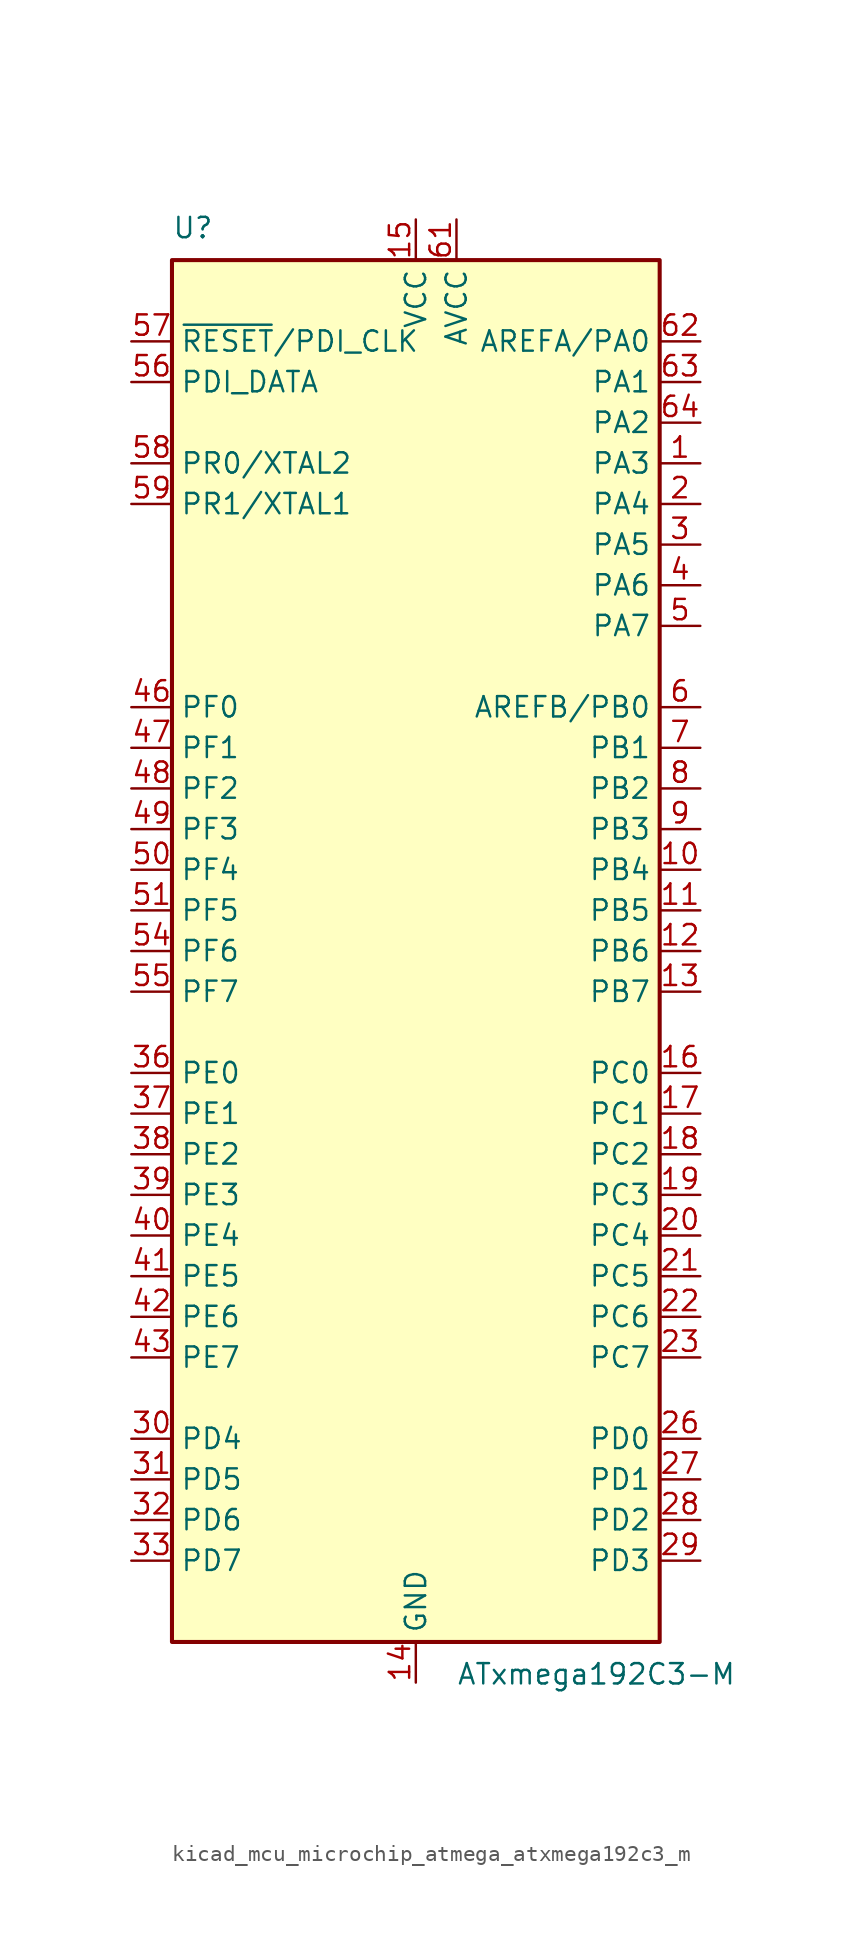
<source format=kicad_sym>
(kicad_symbol_lib
  (version 20220914)
  (generator kicad_symbol_editor)
  (symbol "kicad_mcu_microchip_atmega_atxmega192c3_m"
    (property "Reference" "U"
      (at -15.24 44.45 0)
      (effects (font (size 1.27 1.27)) (justify left bottom)))
    (property "Value" "ATxmega192C3-M"
      (at 2.54 -44.45 0)
      (effects (font (size 1.27 1.27)) (justify left top)))
    (symbol "kicad_mcu_microchip_atmega_atxmega192c3_m_0_1"
      (rectangle (start -15.24 -43.18) (end 15.24 43.18) (stroke (width 0.254) (type default)) (fill (type background))))
    (symbol "kicad_mcu_microchip_atmega_atxmega192c3_m_1_1"
      (pin bidirectional line (at 17.78 30.48 180) (length 2.54) (name "PA3" (effects (font (size 1.27 1.27)))) (number "1" (effects (font (size 1.27 1.27)))))
      (pin bidirectional line (at 17.78 5.08 180) (length 2.54) (name "PB4" (effects (font (size 1.27 1.27)))) (number "10" (effects (font (size 1.27 1.27)))))
      (pin bidirectional line (at 17.78 2.54 180) (length 2.54) (name "PB5" (effects (font (size 1.27 1.27)))) (number "11" (effects (font (size 1.27 1.27)))))
      (pin bidirectional line (at 17.78 0 180) (length 2.54) (name "PB6" (effects (font (size 1.27 1.27)))) (number "12" (effects (font (size 1.27 1.27)))))
      (pin bidirectional line (at 17.78 -2.54 180) (length 2.54) (name "PB7" (effects (font (size 1.27 1.27)))) (number "13" (effects (font (size 1.27 1.27)))))
      (pin power_in line (at 0 -45.72 90) (length 2.54) (name "GND" (effects (font (size 1.27 1.27)))) (number "14" (effects (font (size 1.27 1.27)))))
      (pin power_in line (at 0 45.72 270) (length 2.54) (name "VCC" (effects (font (size 1.27 1.27)))) (number "15" (effects (font (size 1.27 1.27)))))
      (pin bidirectional line (at 17.78 -7.62 180) (length 2.54) (name "PC0" (effects (font (size 1.27 1.27)))) (number "16" (effects (font (size 1.27 1.27)))))
      (pin bidirectional line (at 17.78 -10.16 180) (length 2.54) (name "PC1" (effects (font (size 1.27 1.27)))) (number "17" (effects (font (size 1.27 1.27)))))
      (pin bidirectional line (at 17.78 -12.7 180) (length 2.54) (name "PC2" (effects (font (size 1.27 1.27)))) (number "18" (effects (font (size 1.27 1.27)))))
      (pin bidirectional line (at 17.78 -15.24 180) (length 2.54) (name "PC3" (effects (font (size 1.27 1.27)))) (number "19" (effects (font (size 1.27 1.27)))))
      (pin bidirectional line (at 17.78 27.94 180) (length 2.54) (name "PA4" (effects (font (size 1.27 1.27)))) (number "2" (effects (font (size 1.27 1.27)))))
      (pin bidirectional line (at 17.78 -17.78 180) (length 2.54) (name "PC4" (effects (font (size 1.27 1.27)))) (number "20" (effects (font (size 1.27 1.27)))))
      (pin bidirectional line (at 17.78 -20.32 180) (length 2.54) (name "PC5" (effects (font (size 1.27 1.27)))) (number "21" (effects (font (size 1.27 1.27)))))
      (pin bidirectional line (at 17.78 -22.86 180) (length 2.54) (name "PC6" (effects (font (size 1.27 1.27)))) (number "22" (effects (font (size 1.27 1.27)))))
      (pin bidirectional line (at 17.78 -25.4 180) (length 2.54) (name "PC7" (effects (font (size 1.27 1.27)))) (number "23" (effects (font (size 1.27 1.27)))))
      (pin passive line (at 0 -45.72 90) (length 2.54) hide (name "GND" (effects (font (size 1.27 1.27)))) (number "24" (effects (font (size 1.27 1.27)))))
      (pin passive line (at 0 45.72 270) (length 2.54) hide (name "VCC" (effects (font (size 1.27 1.27)))) (number "25" (effects (font (size 1.27 1.27)))))
      (pin bidirectional line (at 17.78 -30.48 180) (length 2.54) (name "PD0" (effects (font (size 1.27 1.27)))) (number "26" (effects (font (size 1.27 1.27)))))
      (pin bidirectional line (at 17.78 -33.02 180) (length 2.54) (name "PD1" (effects (font (size 1.27 1.27)))) (number "27" (effects (font (size 1.27 1.27)))))
      (pin bidirectional line (at 17.78 -35.56 180) (length 2.54) (name "PD2" (effects (font (size 1.27 1.27)))) (number "28" (effects (font (size 1.27 1.27)))))
      (pin bidirectional line (at 17.78 -38.1 180) (length 2.54) (name "PD3" (effects (font (size 1.27 1.27)))) (number "29" (effects (font (size 1.27 1.27)))))
      (pin bidirectional line (at 17.78 25.4 180) (length 2.54) (name "PA5" (effects (font (size 1.27 1.27)))) (number "3" (effects (font (size 1.27 1.27)))))
      (pin bidirectional line (at -17.78 -30.48 0) (length 2.54) (name "PD4" (effects (font (size 1.27 1.27)))) (number "30" (effects (font (size 1.27 1.27)))))
      (pin bidirectional line (at -17.78 -33.02 0) (length 2.54) (name "PD5" (effects (font (size 1.27 1.27)))) (number "31" (effects (font (size 1.27 1.27)))))
      (pin bidirectional line (at -17.78 -35.56 0) (length 2.54) (name "PD6" (effects (font (size 1.27 1.27)))) (number "32" (effects (font (size 1.27 1.27)))))
      (pin bidirectional line (at -17.78 -38.1 0) (length 2.54) (name "PD7" (effects (font (size 1.27 1.27)))) (number "33" (effects (font (size 1.27 1.27)))))
      (pin passive line (at 0 -45.72 90) (length 2.54) hide (name "GND" (effects (font (size 1.27 1.27)))) (number "34" (effects (font (size 1.27 1.27)))))
      (pin passive line (at 0 45.72 270) (length 2.54) hide (name "VCC" (effects (font (size 1.27 1.27)))) (number "35" (effects (font (size 1.27 1.27)))))
      (pin bidirectional line (at -17.78 -7.62 0) (length 2.54) (name "PE0" (effects (font (size 1.27 1.27)))) (number "36" (effects (font (size 1.27 1.27)))))
      (pin bidirectional line (at -17.78 -10.16 0) (length 2.54) (name "PE1" (effects (font (size 1.27 1.27)))) (number "37" (effects (font (size 1.27 1.27)))))
      (pin bidirectional line (at -17.78 -12.7 0) (length 2.54) (name "PE2" (effects (font (size 1.27 1.27)))) (number "38" (effects (font (size 1.27 1.27)))))
      (pin bidirectional line (at -17.78 -15.24 0) (length 2.54) (name "PE3" (effects (font (size 1.27 1.27)))) (number "39" (effects (font (size 1.27 1.27)))))
      (pin bidirectional line (at 17.78 22.86 180) (length 2.54) (name "PA6" (effects (font (size 1.27 1.27)))) (number "4" (effects (font (size 1.27 1.27)))))
      (pin bidirectional line (at -17.78 -17.78 0) (length 2.54) (name "PE4" (effects (font (size 1.27 1.27)))) (number "40" (effects (font (size 1.27 1.27)))))
      (pin bidirectional line (at -17.78 -20.32 0) (length 2.54) (name "PE5" (effects (font (size 1.27 1.27)))) (number "41" (effects (font (size 1.27 1.27)))))
      (pin bidirectional line (at -17.78 -22.86 0) (length 2.54) (name "PE6" (effects (font (size 1.27 1.27)))) (number "42" (effects (font (size 1.27 1.27)))))
      (pin bidirectional line (at -17.78 -25.4 0) (length 2.54) (name "PE7" (effects (font (size 1.27 1.27)))) (number "43" (effects (font (size 1.27 1.27)))))
      (pin passive line (at 0 -45.72 90) (length 2.54) hide (name "GND" (effects (font (size 1.27 1.27)))) (number "44" (effects (font (size 1.27 1.27)))))
      (pin passive line (at 0 45.72 270) (length 2.54) hide (name "VCC" (effects (font (size 1.27 1.27)))) (number "45" (effects (font (size 1.27 1.27)))))
      (pin bidirectional line (at -17.78 15.24 0) (length 2.54) (name "PF0" (effects (font (size 1.27 1.27)))) (number "46" (effects (font (size 1.27 1.27)))))
      (pin bidirectional line (at -17.78 12.7 0) (length 2.54) (name "PF1" (effects (font (size 1.27 1.27)))) (number "47" (effects (font (size 1.27 1.27)))))
      (pin bidirectional line (at -17.78 10.16 0) (length 2.54) (name "PF2" (effects (font (size 1.27 1.27)))) (number "48" (effects (font (size 1.27 1.27)))))
      (pin bidirectional line (at -17.78 7.62 0) (length 2.54) (name "PF3" (effects (font (size 1.27 1.27)))) (number "49" (effects (font (size 1.27 1.27)))))
      (pin bidirectional line (at 17.78 20.32 180) (length 2.54) (name "PA7" (effects (font (size 1.27 1.27)))) (number "5" (effects (font (size 1.27 1.27)))))
      (pin bidirectional line (at -17.78 5.08 0) (length 2.54) (name "PF4" (effects (font (size 1.27 1.27)))) (number "50" (effects (font (size 1.27 1.27)))))
      (pin bidirectional line (at -17.78 2.54 0) (length 2.54) (name "PF5" (effects (font (size 1.27 1.27)))) (number "51" (effects (font (size 1.27 1.27)))))
      (pin passive line (at 0 -45.72 90) (length 2.54) hide (name "GND" (effects (font (size 1.27 1.27)))) (number "52" (effects (font (size 1.27 1.27)))))
      (pin passive line (at 0 45.72 270) (length 2.54) hide (name "VCC" (effects (font (size 1.27 1.27)))) (number "53" (effects (font (size 1.27 1.27)))))
      (pin bidirectional line (at -17.78 0 0) (length 2.54) (name "PF6" (effects (font (size 1.27 1.27)))) (number "54" (effects (font (size 1.27 1.27)))))
      (pin bidirectional line (at -17.78 -2.54 0) (length 2.54) (name "PF7" (effects (font (size 1.27 1.27)))) (number "55" (effects (font (size 1.27 1.27)))))
      (pin bidirectional line (at -17.78 35.56 0) (length 2.54) (name "PDI_DATA" (effects (font (size 1.27 1.27)))) (number "56" (effects (font (size 1.27 1.27)))))
      (pin input line (at -17.78 38.1 0) (length 2.54) (name "~{RESET}/PDI_CLK" (effects (font (size 1.27 1.27)))) (number "57" (effects (font (size 1.27 1.27)))))
      (pin bidirectional line (at -17.78 30.48 0) (length 2.54) (name "PR0/XTAL2" (effects (font (size 1.27 1.27)))) (number "58" (effects (font (size 1.27 1.27)))))
      (pin bidirectional line (at -17.78 27.94 0) (length 2.54) (name "PR1/XTAL1" (effects (font (size 1.27 1.27)))) (number "59" (effects (font (size 1.27 1.27)))))
      (pin bidirectional line (at 17.78 15.24 180) (length 2.54) (name "AREFB/PB0" (effects (font (size 1.27 1.27)))) (number "6" (effects (font (size 1.27 1.27)))))
      (pin passive line (at 0 -45.72 90) (length 2.54) hide (name "GND" (effects (font (size 1.27 1.27)))) (number "60" (effects (font (size 1.27 1.27)))))
      (pin power_in line (at 2.54 45.72 270) (length 2.54) (name "AVCC" (effects (font (size 1.27 1.27)))) (number "61" (effects (font (size 1.27 1.27)))))
      (pin bidirectional line (at 17.78 38.1 180) (length 2.54) (name "AREFA/PA0" (effects (font (size 1.27 1.27)))) (number "62" (effects (font (size 1.27 1.27)))))
      (pin bidirectional line (at 17.78 35.56 180) (length 2.54) (name "PA1" (effects (font (size 1.27 1.27)))) (number "63" (effects (font (size 1.27 1.27)))))
      (pin bidirectional line (at 17.78 33.02 180) (length 2.54) (name "PA2" (effects (font (size 1.27 1.27)))) (number "64" (effects (font (size 1.27 1.27)))))
      (pin passive line (at 0 -45.72 90) (length 2.54) hide (name "GND" (effects (font (size 1.27 1.27)))) (number "65" (effects (font (size 1.27 1.27)))))
      (pin bidirectional line (at 17.78 12.7 180) (length 2.54) (name "PB1" (effects (font (size 1.27 1.27)))) (number "7" (effects (font (size 1.27 1.27)))))
      (pin bidirectional line (at 17.78 10.16 180) (length 2.54) (name "PB2" (effects (font (size 1.27 1.27)))) (number "8" (effects (font (size 1.27 1.27)))))
      (pin bidirectional line (at 17.78 7.62 180) (length 2.54) (name "PB3" (effects (font (size 1.27 1.27)))) (number "9" (effects (font (size 1.27 1.27))))))))
</source>
